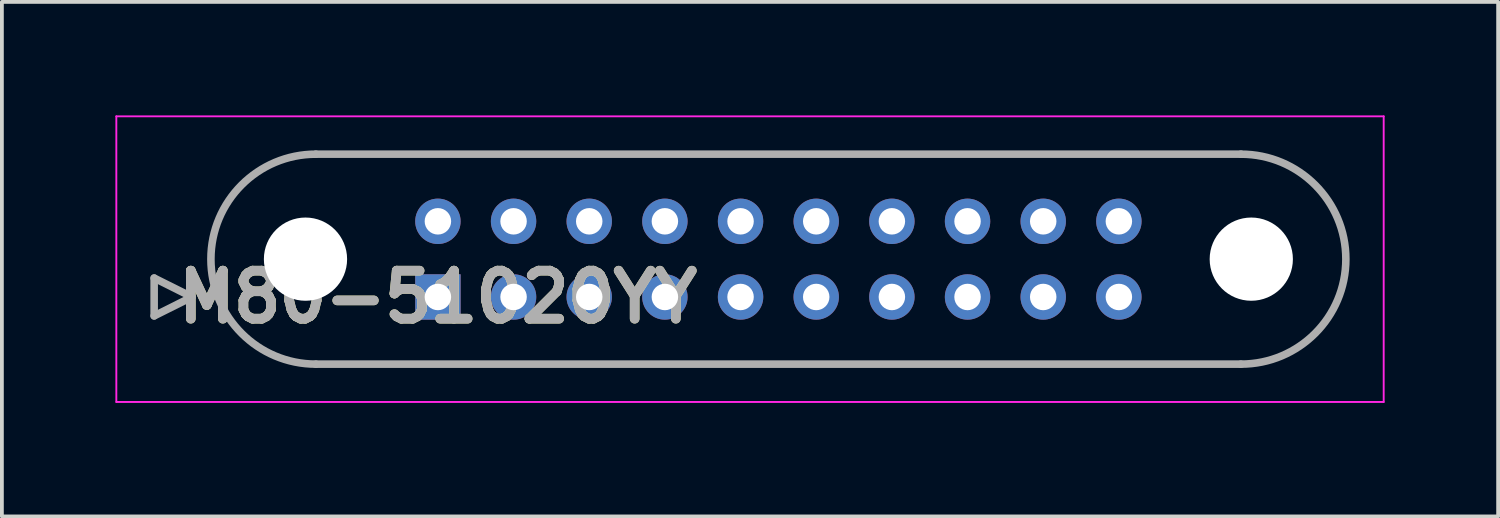
<source format=kicad_pcb>
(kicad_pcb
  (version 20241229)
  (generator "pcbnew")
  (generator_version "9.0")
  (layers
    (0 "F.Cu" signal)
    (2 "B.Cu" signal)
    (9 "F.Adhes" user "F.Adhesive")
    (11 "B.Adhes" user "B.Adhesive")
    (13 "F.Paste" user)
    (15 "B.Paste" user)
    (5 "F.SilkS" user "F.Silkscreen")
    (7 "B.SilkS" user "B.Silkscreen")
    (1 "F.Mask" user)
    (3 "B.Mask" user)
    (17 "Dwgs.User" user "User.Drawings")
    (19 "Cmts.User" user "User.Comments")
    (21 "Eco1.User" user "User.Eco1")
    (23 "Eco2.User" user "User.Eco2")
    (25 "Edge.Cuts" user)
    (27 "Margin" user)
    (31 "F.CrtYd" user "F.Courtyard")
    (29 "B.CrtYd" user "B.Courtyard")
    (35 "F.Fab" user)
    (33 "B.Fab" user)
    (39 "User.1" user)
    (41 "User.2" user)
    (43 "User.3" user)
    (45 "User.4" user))
  (footprint "M80-51020YY"
    (layer "F.Cu")
    (at 8.525 4.8)
    (property "Reference" "M80-51020YY" (at 0 0 0) (layer "F.SilkS") (effects (font (size 1.27 1.27) (thickness 0.254))))
    (attr through_hole)
    (fp_line (start -7.5 -0.5) (end -6.5 0) (stroke (width 0.1) (type solid)) (layer "F.SilkS"))
    (fp_line (start -7.5 0.5) (end -7.5 -0.5) (stroke (width 0.1) (type solid)) (layer "F.SilkS"))
    (fp_line (start -6.5 0) (end -7.5 0.5) (stroke (width 0.1) (type solid)) (layer "F.SilkS"))
    (fp_line (start -3.225 -3.775) (end 21.225 -3.775) (stroke (width 0.1) (type solid)) (layer "F.SilkS"))
    (fp_line (start 21.225 1.775) (end -3.225 1.775) (stroke (width 0.1) (type solid)) (layer "F.SilkS"))
    (fp_arc (start -3.225 1.775) (mid -6 -1) (end -3.225 -3.775) (stroke (width 0.1) (type solid)) (layer "F.SilkS"))
    (fp_arc (start 21.225 -3.775) (mid 24 -1) (end 21.225 1.775) (stroke (width 0.1) (type solid)) (layer "F.SilkS"))
    (fp_line (start -8.5 -4.775) (end 25 -4.775) (stroke (width 0.05) (type solid)) (layer "F.CrtYd"))
    (fp_line (start -8.5 2.775) (end -8.5 -4.775) (stroke (width 0.05) (type solid)) (layer "F.CrtYd"))
    (fp_line (start 25 -4.775) (end 25 2.775) (stroke (width 0.05) (type solid)) (layer "F.CrtYd"))
    (fp_line (start 25 2.775) (end -8.5 2.775) (stroke (width 0.05) (type solid)) (layer "F.CrtYd"))
    (fp_line (start -7.5 -0.5) (end -6.5 0) (stroke (width 0.2) (type solid)) (layer "F.Fab"))
    (fp_line (start -7.5 0.5) (end -7.5 -0.5) (stroke (width 0.2) (type solid)) (layer "F.Fab"))
    (fp_line (start -6.5 0) (end -7.5 0.5) (stroke (width 0.2) (type solid)) (layer "F.Fab"))
    (fp_line (start -3.225 -3.775) (end 21.225 -3.775) (stroke (width 0.2) (type solid)) (layer "F.Fab"))
    (fp_line (start 21.225 1.775) (end -3.225 1.775) (stroke (width 0.2) (type solid)) (layer "F.Fab"))
    (fp_arc (start -3.225 1.775) (mid -6 -1) (end -3.225 -3.775) (stroke (width 0.2) (type solid)) (layer "F.Fab"))
    (fp_arc (start 21.225 -3.775) (mid 24 -1) (end 21.225 1.775) (stroke (width 0.2) (type solid)) (layer "F.Fab"))
    (fp_text user "${REFERENCE}" (at 0 0 0) (layer "F.Fab") (effects (font (size 1.27 1.27) (thickness 0.254))))
    (pad "" np_thru_hole circle (at -3.5 -1) (size 2.2 2.2) (drill 2.2) (layers "*.Cu" "*.Mask"))
    (pad "" np_thru_hole circle (at 21.5 -1) (size 2.2 2.2) (drill 2.2) (layers "*.Cu" "*.Mask"))
    (pad "1" thru_hole rect (at 0 0) (size 1.2 1.2) (drill 0.7) (layers "*.Cu" "*.Mask"))
    (pad "2" thru_hole circle (at 2 0) (size 1.2 1.2) (drill 0.7) (layers "*.Cu" "*.Mask"))
    (pad "3" thru_hole circle (at 4 0) (size 1.2 1.2) (drill 0.7) (layers "*.Cu" "*.Mask"))
    (pad "4" thru_hole circle (at 6 0) (size 1.2 1.2) (drill 0.7) (layers "*.Cu" "*.Mask"))
    (pad "5" thru_hole circle (at 8 0) (size 1.2 1.2) (drill 0.7) (layers "*.Cu" "*.Mask"))
    (pad "6" thru_hole circle (at 10 0) (size 1.2 1.2) (drill 0.7) (layers "*.Cu" "*.Mask"))
    (pad "7" thru_hole circle (at 12 0) (size 1.2 1.2) (drill 0.7) (layers "*.Cu" "*.Mask"))
    (pad "8" thru_hole circle (at 14 0) (size 1.2 1.2) (drill 0.7) (layers "*.Cu" "*.Mask"))
    (pad "9" thru_hole circle (at 16 0) (size 1.2 1.2) (drill 0.7) (layers "*.Cu" "*.Mask"))
    (pad "10" thru_hole circle (at 18 0) (size 1.2 1.2) (drill 0.7) (layers "*.Cu" "*.Mask"))
    (pad "11" thru_hole circle (at 0 -2) (size 1.2 1.2) (drill 0.7) (layers "*.Cu" "*.Mask"))
    (pad "12" thru_hole circle (at 2 -2) (size 1.2 1.2) (drill 0.7) (layers "*.Cu" "*.Mask"))
    (pad "13" thru_hole circle (at 4 -2) (size 1.2 1.2) (drill 0.7) (layers "*.Cu" "*.Mask"))
    (pad "14" thru_hole circle (at 6 -2) (size 1.2 1.2) (drill 0.7) (layers "*.Cu" "*.Mask"))
    (pad "15" thru_hole circle (at 8 -2) (size 1.2 1.2) (drill 0.7) (layers "*.Cu" "*.Mask"))
    (pad "16" thru_hole circle (at 10 -2) (size 1.2 1.2) (drill 0.7) (layers "*.Cu" "*.Mask"))
    (pad "17" thru_hole circle (at 12 -2) (size 1.2 1.2) (drill 0.7) (layers "*.Cu" "*.Mask"))
    (pad "18" thru_hole circle (at 14 -2) (size 1.2 1.2) (drill 0.7) (layers "*.Cu" "*.Mask"))
    (pad "19" thru_hole circle (at 16 -2) (size 1.2 1.2) (drill 0.7) (layers "*.Cu" "*.Mask"))
    (pad "20" thru_hole circle (at 18 -2) (size 1.2 1.2) (drill 0.7) (layers "*.Cu" "*.Mask")))
  (gr_rect
    (start -3 -3)
    (end 36.55 10.6)
    (stroke (width 0.1) (type default))
    (fill no)
    (layer "Edge.Cuts")))
</source>
